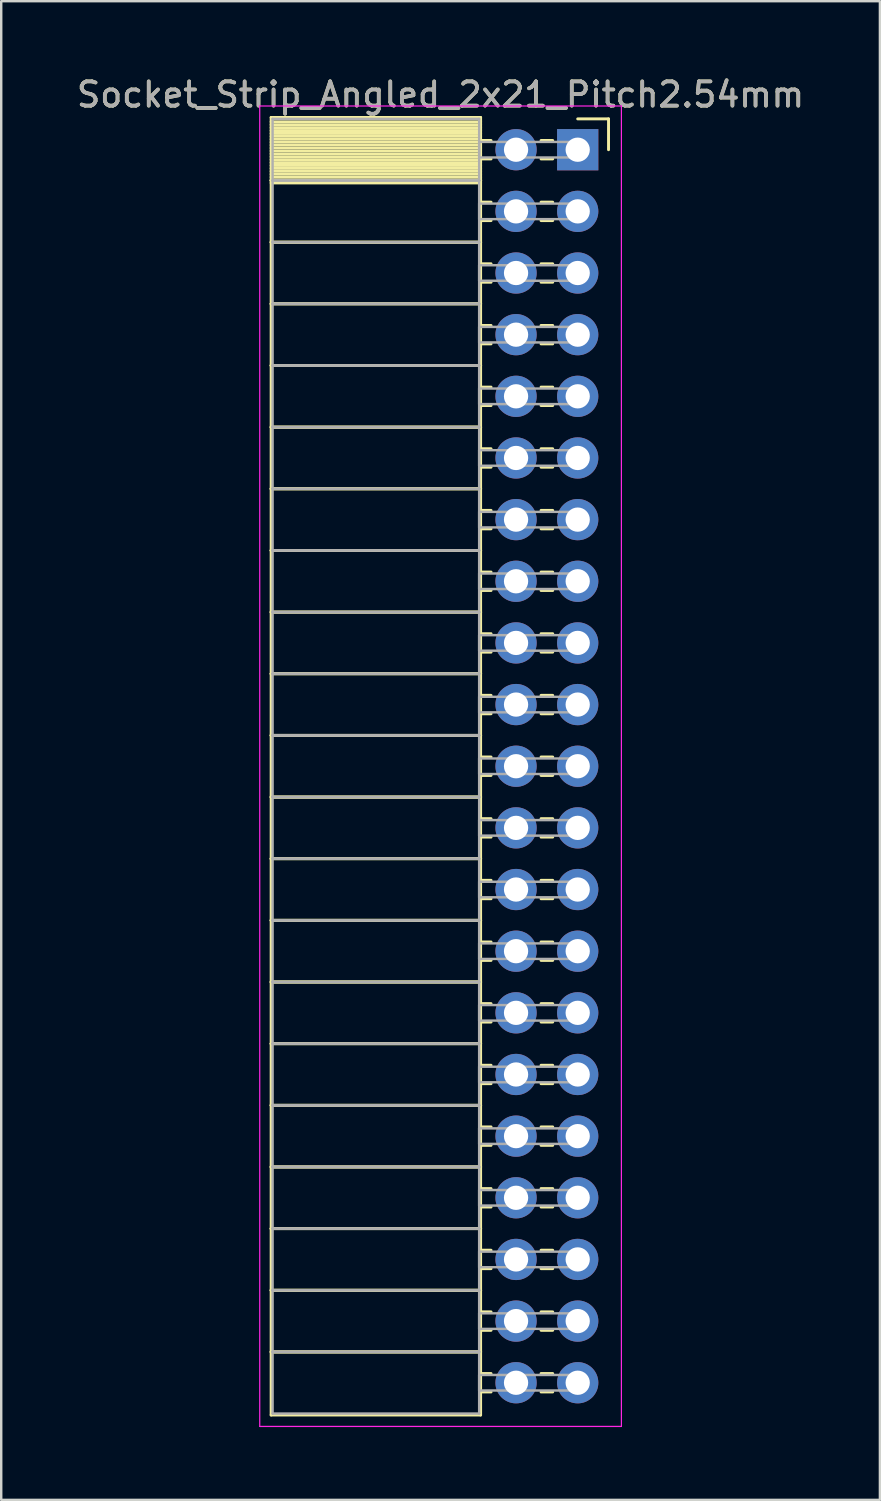
<source format=kicad_pcb>
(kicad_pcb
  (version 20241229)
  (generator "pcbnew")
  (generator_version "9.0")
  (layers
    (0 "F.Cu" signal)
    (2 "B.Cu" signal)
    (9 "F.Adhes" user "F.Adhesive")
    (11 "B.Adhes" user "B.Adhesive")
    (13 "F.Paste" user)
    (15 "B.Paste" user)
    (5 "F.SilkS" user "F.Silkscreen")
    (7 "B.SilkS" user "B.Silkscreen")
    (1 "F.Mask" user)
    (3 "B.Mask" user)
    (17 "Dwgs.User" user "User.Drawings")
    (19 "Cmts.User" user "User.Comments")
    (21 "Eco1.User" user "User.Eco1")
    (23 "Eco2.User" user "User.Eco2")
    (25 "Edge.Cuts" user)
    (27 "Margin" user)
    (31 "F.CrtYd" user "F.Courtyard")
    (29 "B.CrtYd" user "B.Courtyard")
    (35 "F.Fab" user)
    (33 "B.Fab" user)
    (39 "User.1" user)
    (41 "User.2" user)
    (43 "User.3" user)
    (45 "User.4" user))
  (footprint "Socket_Strip_Angled_2x21_Pitch2.54mm"
    (layer "F.Cu")
    (at 20.751 3.118)
    (property "Reference" "Socket_Strip_Angled_2x21_Pitch2.54mm" (at -5.65 -2.27 0) (layer "F.SilkS") (effects (font (size 1 1) (thickness 0.15))))
    (attr through_hole)
    (fp_line (start -12.63 -1.33) (end -4 -1.33) (stroke (width 0.12) (type solid)) (layer "F.SilkS"))
    (fp_line (start -12.63 1.27) (end -12.63 -1.33) (stroke (width 0.12) (type solid)) (layer "F.SilkS"))
    (fp_line (start -12.63 1.27) (end -4 1.27) (stroke (width 0.12) (type solid)) (layer "F.SilkS"))
    (fp_line (start -12.63 3.81) (end -12.63 1.27) (stroke (width 0.12) (type solid)) (layer "F.SilkS"))
    (fp_line (start -12.63 3.81) (end -4 3.81) (stroke (width 0.12) (type solid)) (layer "F.SilkS"))
    (fp_line (start -12.63 6.35) (end -12.63 3.81) (stroke (width 0.12) (type solid)) (layer "F.SilkS"))
    (fp_line (start -12.63 6.35) (end -4 6.35) (stroke (width 0.12) (type solid)) (layer "F.SilkS"))
    (fp_line (start -12.63 8.89) (end -12.63 6.35) (stroke (width 0.12) (type solid)) (layer "F.SilkS"))
    (fp_line (start -12.63 8.89) (end -4 8.89) (stroke (width 0.12) (type solid)) (layer "F.SilkS"))
    (fp_line (start -12.63 11.43) (end -12.63 8.89) (stroke (width 0.12) (type solid)) (layer "F.SilkS"))
    (fp_line (start -12.63 11.43) (end -4 11.43) (stroke (width 0.12) (type solid)) (layer "F.SilkS"))
    (fp_line (start -12.63 13.97) (end -12.63 11.43) (stroke (width 0.12) (type solid)) (layer "F.SilkS"))
    (fp_line (start -12.63 13.97) (end -4 13.97) (stroke (width 0.12) (type solid)) (layer "F.SilkS"))
    (fp_line (start -12.63 16.51) (end -12.63 13.97) (stroke (width 0.12) (type solid)) (layer "F.SilkS"))
    (fp_line (start -12.63 16.51) (end -4 16.51) (stroke (width 0.12) (type solid)) (layer "F.SilkS"))
    (fp_line (start -12.63 19.05) (end -12.63 16.51) (stroke (width 0.12) (type solid)) (layer "F.SilkS"))
    (fp_line (start -12.63 19.05) (end -4 19.05) (stroke (width 0.12) (type solid)) (layer "F.SilkS"))
    (fp_line (start -12.63 21.59) (end -12.63 19.05) (stroke (width 0.12) (type solid)) (layer "F.SilkS"))
    (fp_line (start -12.63 21.59) (end -4 21.59) (stroke (width 0.12) (type solid)) (layer "F.SilkS"))
    (fp_line (start -12.63 24.13) (end -12.63 21.59) (stroke (width 0.12) (type solid)) (layer "F.SilkS"))
    (fp_line (start -12.63 24.13) (end -4 24.13) (stroke (width 0.12) (type solid)) (layer "F.SilkS"))
    (fp_line (start -12.63 26.67) (end -12.63 24.13) (stroke (width 0.12) (type solid)) (layer "F.SilkS"))
    (fp_line (start -12.63 26.67) (end -4 26.67) (stroke (width 0.12) (type solid)) (layer "F.SilkS"))
    (fp_line (start -12.63 29.21) (end -12.63 26.67) (stroke (width 0.12) (type solid)) (layer "F.SilkS"))
    (fp_line (start -12.63 29.21) (end -4 29.21) (stroke (width 0.12) (type solid)) (layer "F.SilkS"))
    (fp_line (start -12.63 31.75) (end -12.63 29.21) (stroke (width 0.12) (type solid)) (layer "F.SilkS"))
    (fp_line (start -12.63 31.75) (end -4 31.75) (stroke (width 0.12) (type solid)) (layer "F.SilkS"))
    (fp_line (start -12.63 34.29) (end -12.63 31.75) (stroke (width 0.12) (type solid)) (layer "F.SilkS"))
    (fp_line (start -12.63 34.29) (end -4 34.29) (stroke (width 0.12) (type solid)) (layer "F.SilkS"))
    (fp_line (start -12.63 36.83) (end -12.63 34.29) (stroke (width 0.12) (type solid)) (layer "F.SilkS"))
    (fp_line (start -12.63 36.83) (end -4 36.83) (stroke (width 0.12) (type solid)) (layer "F.SilkS"))
    (fp_line (start -12.63 39.37) (end -12.63 36.83) (stroke (width 0.12) (type solid)) (layer "F.SilkS"))
    (fp_line (start -12.63 39.37) (end -4 39.37) (stroke (width 0.12) (type solid)) (layer "F.SilkS"))
    (fp_line (start -12.63 41.91) (end -12.63 39.37) (stroke (width 0.12) (type solid)) (layer "F.SilkS"))
    (fp_line (start -12.63 41.91) (end -4 41.91) (stroke (width 0.12) (type solid)) (layer "F.SilkS"))
    (fp_line (start -12.63 44.45) (end -12.63 41.91) (stroke (width 0.12) (type solid)) (layer "F.SilkS"))
    (fp_line (start -12.63 44.45) (end -4 44.45) (stroke (width 0.12) (type solid)) (layer "F.SilkS"))
    (fp_line (start -12.63 46.99) (end -12.63 44.45) (stroke (width 0.12) (type solid)) (layer "F.SilkS"))
    (fp_line (start -12.63 46.99) (end -4 46.99) (stroke (width 0.12) (type solid)) (layer "F.SilkS"))
    (fp_line (start -12.63 49.53) (end -12.63 46.99) (stroke (width 0.12) (type solid)) (layer "F.SilkS"))
    (fp_line (start -12.63 49.53) (end -4 49.53) (stroke (width 0.12) (type solid)) (layer "F.SilkS"))
    (fp_line (start -12.63 52.13) (end -12.63 49.53) (stroke (width 0.12) (type solid)) (layer "F.SilkS"))
    (fp_line (start -4 -1.33) (end -4 1.27) (stroke (width 0.12) (type solid)) (layer "F.SilkS"))
    (fp_line (start -4 -1.15) (end -12.63 -1.15) (stroke (width 0.12) (type solid)) (layer "F.SilkS"))
    (fp_line (start -4 -1.03) (end -12.63 -1.03) (stroke (width 0.12) (type solid)) (layer "F.SilkS"))
    (fp_line (start -4 -0.91) (end -12.63 -0.91) (stroke (width 0.12) (type solid)) (layer "F.SilkS"))
    (fp_line (start -4 -0.79) (end -12.63 -0.79) (stroke (width 0.12) (type solid)) (layer "F.SilkS"))
    (fp_line (start -4 -0.67) (end -12.63 -0.67) (stroke (width 0.12) (type solid)) (layer "F.SilkS"))
    (fp_line (start -4 -0.55) (end -12.63 -0.55) (stroke (width 0.12) (type solid)) (layer "F.SilkS"))
    (fp_line (start -4 -0.43) (end -12.63 -0.43) (stroke (width 0.12) (type solid)) (layer "F.SilkS"))
    (fp_line (start -4 -0.31) (end -12.63 -0.31) (stroke (width 0.12) (type solid)) (layer "F.SilkS"))
    (fp_line (start -4 -0.19) (end -12.63 -0.19) (stroke (width 0.12) (type solid)) (layer "F.SilkS"))
    (fp_line (start -4 -0.07) (end -12.63 -0.07) (stroke (width 0.12) (type solid)) (layer "F.SilkS"))
    (fp_line (start -4 0.05) (end -12.63 0.05) (stroke (width 0.12) (type solid)) (layer "F.SilkS"))
    (fp_line (start -4 0.17) (end -12.63 0.17) (stroke (width 0.12) (type solid)) (layer "F.SilkS"))
    (fp_line (start -4 0.29) (end -12.63 0.29) (stroke (width 0.12) (type solid)) (layer "F.SilkS"))
    (fp_line (start -4 0.41) (end -12.63 0.41) (stroke (width 0.12) (type solid)) (layer "F.SilkS"))
    (fp_line (start -4 0.53) (end -12.63 0.53) (stroke (width 0.12) (type solid)) (layer "F.SilkS"))
    (fp_line (start -4 0.65) (end -12.63 0.65) (stroke (width 0.12) (type solid)) (layer "F.SilkS"))
    (fp_line (start -4 0.77) (end -12.63 0.77) (stroke (width 0.12) (type solid)) (layer "F.SilkS"))
    (fp_line (start -4 0.89) (end -12.63 0.89) (stroke (width 0.12) (type solid)) (layer "F.SilkS"))
    (fp_line (start -4 1.01) (end -12.63 1.01) (stroke (width 0.12) (type solid)) (layer "F.SilkS"))
    (fp_line (start -4 1.13) (end -12.63 1.13) (stroke (width 0.12) (type solid)) (layer "F.SilkS"))
    (fp_line (start -4 1.25) (end -12.63 1.25) (stroke (width 0.12) (type solid)) (layer "F.SilkS"))
    (fp_line (start -4 1.27) (end -12.63 1.27) (stroke (width 0.12) (type solid)) (layer "F.SilkS"))
    (fp_line (start -4 1.27) (end -4 3.81) (stroke (width 0.12) (type solid)) (layer "F.SilkS"))
    (fp_line (start -4 1.37) (end -12.63 1.37) (stroke (width 0.12) (type solid)) (layer "F.SilkS"))
    (fp_line (start -4 3.81) (end -12.63 3.81) (stroke (width 0.12) (type solid)) (layer "F.SilkS"))
    (fp_line (start -4 3.81) (end -4 6.35) (stroke (width 0.12) (type solid)) (layer "F.SilkS"))
    (fp_line (start -4 6.35) (end -12.63 6.35) (stroke (width 0.12) (type solid)) (layer "F.SilkS"))
    (fp_line (start -4 6.35) (end -4 8.89) (stroke (width 0.12) (type solid)) (layer "F.SilkS"))
    (fp_line (start -4 8.89) (end -12.63 8.89) (stroke (width 0.12) (type solid)) (layer "F.SilkS"))
    (fp_line (start -4 8.89) (end -4 11.43) (stroke (width 0.12) (type solid)) (layer "F.SilkS"))
    (fp_line (start -4 11.43) (end -12.63 11.43) (stroke (width 0.12) (type solid)) (layer "F.SilkS"))
    (fp_line (start -4 11.43) (end -4 13.97) (stroke (width 0.12) (type solid)) (layer "F.SilkS"))
    (fp_line (start -4 13.97) (end -12.63 13.97) (stroke (width 0.12) (type solid)) (layer "F.SilkS"))
    (fp_line (start -4 13.97) (end -4 16.51) (stroke (width 0.12) (type solid)) (layer "F.SilkS"))
    (fp_line (start -4 16.51) (end -12.63 16.51) (stroke (width 0.12) (type solid)) (layer "F.SilkS"))
    (fp_line (start -4 16.51) (end -4 19.05) (stroke (width 0.12) (type solid)) (layer "F.SilkS"))
    (fp_line (start -4 19.05) (end -12.63 19.05) (stroke (width 0.12) (type solid)) (layer "F.SilkS"))
    (fp_line (start -4 19.05) (end -4 21.59) (stroke (width 0.12) (type solid)) (layer "F.SilkS"))
    (fp_line (start -4 21.59) (end -12.63 21.59) (stroke (width 0.12) (type solid)) (layer "F.SilkS"))
    (fp_line (start -4 21.59) (end -4 24.13) (stroke (width 0.12) (type solid)) (layer "F.SilkS"))
    (fp_line (start -4 24.13) (end -12.63 24.13) (stroke (width 0.12) (type solid)) (layer "F.SilkS"))
    (fp_line (start -4 24.13) (end -4 26.67) (stroke (width 0.12) (type solid)) (layer "F.SilkS"))
    (fp_line (start -4 26.67) (end -12.63 26.67) (stroke (width 0.12) (type solid)) (layer "F.SilkS"))
    (fp_line (start -4 26.67) (end -4 29.21) (stroke (width 0.12) (type solid)) (layer "F.SilkS"))
    (fp_line (start -4 29.21) (end -12.63 29.21) (stroke (width 0.12) (type solid)) (layer "F.SilkS"))
    (fp_line (start -4 29.21) (end -4 31.75) (stroke (width 0.12) (type solid)) (layer "F.SilkS"))
    (fp_line (start -4 31.75) (end -12.63 31.75) (stroke (width 0.12) (type solid)) (layer "F.SilkS"))
    (fp_line (start -4 31.75) (end -4 34.29) (stroke (width 0.12) (type solid)) (layer "F.SilkS"))
    (fp_line (start -4 34.29) (end -12.63 34.29) (stroke (width 0.12) (type solid)) (layer "F.SilkS"))
    (fp_line (start -4 34.29) (end -4 36.83) (stroke (width 0.12) (type solid)) (layer "F.SilkS"))
    (fp_line (start -4 36.83) (end -12.63 36.83) (stroke (width 0.12) (type solid)) (layer "F.SilkS"))
    (fp_line (start -4 36.83) (end -4 39.37) (stroke (width 0.12) (type solid)) (layer "F.SilkS"))
    (fp_line (start -4 39.37) (end -12.63 39.37) (stroke (width 0.12) (type solid)) (layer "F.SilkS"))
    (fp_line (start -4 39.37) (end -4 41.91) (stroke (width 0.12) (type solid)) (layer "F.SilkS"))
    (fp_line (start -4 41.91) (end -12.63 41.91) (stroke (width 0.12) (type solid)) (layer "F.SilkS"))
    (fp_line (start -4 41.91) (end -4 44.45) (stroke (width 0.12) (type solid)) (layer "F.SilkS"))
    (fp_line (start -4 44.45) (end -12.63 44.45) (stroke (width 0.12) (type solid)) (layer "F.SilkS"))
    (fp_line (start -4 44.45) (end -4 46.99) (stroke (width 0.12) (type solid)) (layer "F.SilkS"))
    (fp_line (start -4 46.99) (end -12.63 46.99) (stroke (width 0.12) (type solid)) (layer "F.SilkS"))
    (fp_line (start -4 46.99) (end -4 49.53) (stroke (width 0.12) (type solid)) (layer "F.SilkS"))
    (fp_line (start -4 49.53) (end -12.63 49.53) (stroke (width 0.12) (type solid)) (layer "F.SilkS"))
    (fp_line (start -4 49.53) (end -4 52.13) (stroke (width 0.12) (type solid)) (layer "F.SilkS"))
    (fp_line (start -4 52.13) (end -12.63 52.13) (stroke (width 0.12) (type solid)) (layer "F.SilkS"))
    (fp_line (start -3.57 -0.38) (end -4 -0.38) (stroke (width 0.12) (type solid)) (layer "F.SilkS"))
    (fp_line (start -3.57 0.38) (end -4 0.38) (stroke (width 0.12) (type solid)) (layer "F.SilkS"))
    (fp_line (start -3.57 2.16) (end -4 2.16) (stroke (width 0.12) (type solid)) (layer "F.SilkS"))
    (fp_line (start -3.57 2.92) (end -4 2.92) (stroke (width 0.12) (type solid)) (layer "F.SilkS"))
    (fp_line (start -3.57 4.7) (end -4 4.7) (stroke (width 0.12) (type solid)) (layer "F.SilkS"))
    (fp_line (start -3.57 5.46) (end -4 5.46) (stroke (width 0.12) (type solid)) (layer "F.SilkS"))
    (fp_line (start -3.57 7.24) (end -4 7.24) (stroke (width 0.12) (type solid)) (layer "F.SilkS"))
    (fp_line (start -3.57 8) (end -4 8) (stroke (width 0.12) (type solid)) (layer "F.SilkS"))
    (fp_line (start -3.57 9.78) (end -4 9.78) (stroke (width 0.12) (type solid)) (layer "F.SilkS"))
    (fp_line (start -3.57 10.54) (end -4 10.54) (stroke (width 0.12) (type solid)) (layer "F.SilkS"))
    (fp_line (start -3.57 12.32) (end -4 12.32) (stroke (width 0.12) (type solid)) (layer "F.SilkS"))
    (fp_line (start -3.57 13.08) (end -4 13.08) (stroke (width 0.12) (type solid)) (layer "F.SilkS"))
    (fp_line (start -3.57 14.86) (end -4 14.86) (stroke (width 0.12) (type solid)) (layer "F.SilkS"))
    (fp_line (start -3.57 15.62) (end -4 15.62) (stroke (width 0.12) (type solid)) (layer "F.SilkS"))
    (fp_line (start -3.57 17.4) (end -4 17.4) (stroke (width 0.12) (type solid)) (layer "F.SilkS"))
    (fp_line (start -3.57 18.16) (end -4 18.16) (stroke (width 0.12) (type solid)) (layer "F.SilkS"))
    (fp_line (start -3.57 19.94) (end -4 19.94) (stroke (width 0.12) (type solid)) (layer "F.SilkS"))
    (fp_line (start -3.57 20.7) (end -4 20.7) (stroke (width 0.12) (type solid)) (layer "F.SilkS"))
    (fp_line (start -3.57 22.48) (end -4 22.48) (stroke (width 0.12) (type solid)) (layer "F.SilkS"))
    (fp_line (start -3.57 23.24) (end -4 23.24) (stroke (width 0.12) (type solid)) (layer "F.SilkS"))
    (fp_line (start -3.57 25.02) (end -4 25.02) (stroke (width 0.12) (type solid)) (layer "F.SilkS"))
    (fp_line (start -3.57 25.78) (end -4 25.78) (stroke (width 0.12) (type solid)) (layer "F.SilkS"))
    (fp_line (start -3.57 27.56) (end -4 27.56) (stroke (width 0.12) (type solid)) (layer "F.SilkS"))
    (fp_line (start -3.57 28.32) (end -4 28.32) (stroke (width 0.12) (type solid)) (layer "F.SilkS"))
    (fp_line (start -3.57 30.1) (end -4 30.1) (stroke (width 0.12) (type solid)) (layer "F.SilkS"))
    (fp_line (start -3.57 30.86) (end -4 30.86) (stroke (width 0.12) (type solid)) (layer "F.SilkS"))
    (fp_line (start -3.57 32.64) (end -4 32.64) (stroke (width 0.12) (type solid)) (layer "F.SilkS"))
    (fp_line (start -3.57 33.4) (end -4 33.4) (stroke (width 0.12) (type solid)) (layer "F.SilkS"))
    (fp_line (start -3.57 35.18) (end -4 35.18) (stroke (width 0.12) (type solid)) (layer "F.SilkS"))
    (fp_line (start -3.57 35.94) (end -4 35.94) (stroke (width 0.12) (type solid)) (layer "F.SilkS"))
    (fp_line (start -3.57 37.72) (end -4 37.72) (stroke (width 0.12) (type solid)) (layer "F.SilkS"))
    (fp_line (start -3.57 38.48) (end -4 38.48) (stroke (width 0.12) (type solid)) (layer "F.SilkS"))
    (fp_line (start -3.57 40.26) (end -4 40.26) (stroke (width 0.12) (type solid)) (layer "F.SilkS"))
    (fp_line (start -3.57 41.02) (end -4 41.02) (stroke (width 0.12) (type solid)) (layer "F.SilkS"))
    (fp_line (start -3.57 42.8) (end -4 42.8) (stroke (width 0.12) (type solid)) (layer "F.SilkS"))
    (fp_line (start -3.57 43.56) (end -4 43.56) (stroke (width 0.12) (type solid)) (layer "F.SilkS"))
    (fp_line (start -3.57 45.34) (end -4 45.34) (stroke (width 0.12) (type solid)) (layer "F.SilkS"))
    (fp_line (start -3.57 46.1) (end -4 46.1) (stroke (width 0.12) (type solid)) (layer "F.SilkS"))
    (fp_line (start -3.57 47.88) (end -4 47.88) (stroke (width 0.12) (type solid)) (layer "F.SilkS"))
    (fp_line (start -3.57 48.64) (end -4 48.64) (stroke (width 0.12) (type solid)) (layer "F.SilkS"))
    (fp_line (start -3.57 50.42) (end -4 50.42) (stroke (width 0.12) (type solid)) (layer "F.SilkS"))
    (fp_line (start -3.57 51.18) (end -4 51.18) (stroke (width 0.12) (type solid)) (layer "F.SilkS"))
    (fp_line (start -1.03 -0.38) (end -1.51 -0.38) (stroke (width 0.12) (type solid)) (layer "F.SilkS"))
    (fp_line (start -1.03 0.38) (end -1.51 0.38) (stroke (width 0.12) (type solid)) (layer "F.SilkS"))
    (fp_line (start -1.03 2.16) (end -1.51 2.16) (stroke (width 0.12) (type solid)) (layer "F.SilkS"))
    (fp_line (start -1.03 2.92) (end -1.51 2.92) (stroke (width 0.12) (type solid)) (layer "F.SilkS"))
    (fp_line (start -1.03 4.7) (end -1.51 4.7) (stroke (width 0.12) (type solid)) (layer "F.SilkS"))
    (fp_line (start -1.03 5.46) (end -1.51 5.46) (stroke (width 0.12) (type solid)) (layer "F.SilkS"))
    (fp_line (start -1.03 7.24) (end -1.51 7.24) (stroke (width 0.12) (type solid)) (layer "F.SilkS"))
    (fp_line (start -1.03 8) (end -1.51 8) (stroke (width 0.12) (type solid)) (layer "F.SilkS"))
    (fp_line (start -1.03 9.78) (end -1.51 9.78) (stroke (width 0.12) (type solid)) (layer "F.SilkS"))
    (fp_line (start -1.03 10.54) (end -1.51 10.54) (stroke (width 0.12) (type solid)) (layer "F.SilkS"))
    (fp_line (start -1.03 12.32) (end -1.51 12.32) (stroke (width 0.12) (type solid)) (layer "F.SilkS"))
    (fp_line (start -1.03 13.08) (end -1.51 13.08) (stroke (width 0.12) (type solid)) (layer "F.SilkS"))
    (fp_line (start -1.03 14.86) (end -1.51 14.86) (stroke (width 0.12) (type solid)) (layer "F.SilkS"))
    (fp_line (start -1.03 15.62) (end -1.51 15.62) (stroke (width 0.12) (type solid)) (layer "F.SilkS"))
    (fp_line (start -1.03 17.4) (end -1.51 17.4) (stroke (width 0.12) (type solid)) (layer "F.SilkS"))
    (fp_line (start -1.03 18.16) (end -1.51 18.16) (stroke (width 0.12) (type solid)) (layer "F.SilkS"))
    (fp_line (start -1.03 19.94) (end -1.51 19.94) (stroke (width 0.12) (type solid)) (layer "F.SilkS"))
    (fp_line (start -1.03 20.7) (end -1.51 20.7) (stroke (width 0.12) (type solid)) (layer "F.SilkS"))
    (fp_line (start -1.03 22.48) (end -1.51 22.48) (stroke (width 0.12) (type solid)) (layer "F.SilkS"))
    (fp_line (start -1.03 23.24) (end -1.51 23.24) (stroke (width 0.12) (type solid)) (layer "F.SilkS"))
    (fp_line (start -1.03 25.02) (end -1.51 25.02) (stroke (width 0.12) (type solid)) (layer "F.SilkS"))
    (fp_line (start -1.03 25.78) (end -1.51 25.78) (stroke (width 0.12) (type solid)) (layer "F.SilkS"))
    (fp_line (start -1.03 27.56) (end -1.51 27.56) (stroke (width 0.12) (type solid)) (layer "F.SilkS"))
    (fp_line (start -1.03 28.32) (end -1.51 28.32) (stroke (width 0.12) (type solid)) (layer "F.SilkS"))
    (fp_line (start -1.03 30.1) (end -1.51 30.1) (stroke (width 0.12) (type solid)) (layer "F.SilkS"))
    (fp_line (start -1.03 30.86) (end -1.51 30.86) (stroke (width 0.12) (type solid)) (layer "F.SilkS"))
    (fp_line (start -1.03 32.64) (end -1.51 32.64) (stroke (width 0.12) (type solid)) (layer "F.SilkS"))
    (fp_line (start -1.03 33.4) (end -1.51 33.4) (stroke (width 0.12) (type solid)) (layer "F.SilkS"))
    (fp_line (start -1.03 35.18) (end -1.51 35.18) (stroke (width 0.12) (type solid)) (layer "F.SilkS"))
    (fp_line (start -1.03 35.94) (end -1.51 35.94) (stroke (width 0.12) (type solid)) (layer "F.SilkS"))
    (fp_line (start -1.03 37.72) (end -1.51 37.72) (stroke (width 0.12) (type solid)) (layer "F.SilkS"))
    (fp_line (start -1.03 38.48) (end -1.51 38.48) (stroke (width 0.12) (type solid)) (layer "F.SilkS"))
    (fp_line (start -1.03 40.26) (end -1.51 40.26) (stroke (width 0.12) (type solid)) (layer "F.SilkS"))
    (fp_line (start -1.03 41.02) (end -1.51 41.02) (stroke (width 0.12) (type solid)) (layer "F.SilkS"))
    (fp_line (start -1.03 42.8) (end -1.51 42.8) (stroke (width 0.12) (type solid)) (layer "F.SilkS"))
    (fp_line (start -1.03 43.56) (end -1.51 43.56) (stroke (width 0.12) (type solid)) (layer "F.SilkS"))
    (fp_line (start -1.03 45.34) (end -1.51 45.34) (stroke (width 0.12) (type solid)) (layer "F.SilkS"))
    (fp_line (start -1.03 46.1) (end -1.51 46.1) (stroke (width 0.12) (type solid)) (layer "F.SilkS"))
    (fp_line (start -1.03 47.88) (end -1.51 47.88) (stroke (width 0.12) (type solid)) (layer "F.SilkS"))
    (fp_line (start -1.03 48.64) (end -1.51 48.64) (stroke (width 0.12) (type solid)) (layer "F.SilkS"))
    (fp_line (start -1.03 50.42) (end -1.51 50.42) (stroke (width 0.12) (type solid)) (layer "F.SilkS"))
    (fp_line (start -1.03 51.18) (end -1.51 51.18) (stroke (width 0.12) (type solid)) (layer "F.SilkS"))
    (fp_line (start 0 -1.27) (end 1.27 -1.27) (stroke (width 0.12) (type solid)) (layer "F.SilkS"))
    (fp_line (start 1.27 -1.27) (end 1.27 0) (stroke (width 0.12) (type solid)) (layer "F.SilkS"))
    (fp_line (start -13.1 -1.8) (end 1.8 -1.8) (stroke (width 0.05) (type solid)) (layer "F.CrtYd"))
    (fp_line (start -13.1 52.6) (end -13.1 -1.8) (stroke (width 0.05) (type solid)) (layer "F.CrtYd"))
    (fp_line (start 1.8 -1.8) (end 1.8 52.6) (stroke (width 0.05) (type solid)) (layer "F.CrtYd"))
    (fp_line (start 1.8 52.6) (end -13.1 52.6) (stroke (width 0.05) (type solid)) (layer "F.CrtYd"))
    (fp_line (start -12.57 -1.27) (end -4.06 -1.27) (stroke (width 0.1) (type solid)) (layer "F.Fab"))
    (fp_line (start -12.57 1.27) (end -12.57 -1.27) (stroke (width 0.1) (type solid)) (layer "F.Fab"))
    (fp_line (start -12.57 1.27) (end -4.06 1.27) (stroke (width 0.1) (type solid)) (layer "F.Fab"))
    (fp_line (start -12.57 3.81) (end -12.57 1.27) (stroke (width 0.1) (type solid)) (layer "F.Fab"))
    (fp_line (start -12.57 3.81) (end -4.06 3.81) (stroke (width 0.1) (type solid)) (layer "F.Fab"))
    (fp_line (start -12.57 6.35) (end -12.57 3.81) (stroke (width 0.1) (type solid)) (layer "F.Fab"))
    (fp_line (start -12.57 6.35) (end -4.06 6.35) (stroke (width 0.1) (type solid)) (layer "F.Fab"))
    (fp_line (start -12.57 8.89) (end -12.57 6.35) (stroke (width 0.1) (type solid)) (layer "F.Fab"))
    (fp_line (start -12.57 8.89) (end -4.06 8.89) (stroke (width 0.1) (type solid)) (layer "F.Fab"))
    (fp_line (start -12.57 11.43) (end -12.57 8.89) (stroke (width 0.1) (type solid)) (layer "F.Fab"))
    (fp_line (start -12.57 11.43) (end -4.06 11.43) (stroke (width 0.1) (type solid)) (layer "F.Fab"))
    (fp_line (start -12.57 13.97) (end -12.57 11.43) (stroke (width 0.1) (type solid)) (layer "F.Fab"))
    (fp_line (start -12.57 13.97) (end -4.06 13.97) (stroke (width 0.1) (type solid)) (layer "F.Fab"))
    (fp_line (start -12.57 16.51) (end -12.57 13.97) (stroke (width 0.1) (type solid)) (layer "F.Fab"))
    (fp_line (start -12.57 16.51) (end -4.06 16.51) (stroke (width 0.1) (type solid)) (layer "F.Fab"))
    (fp_line (start -12.57 19.05) (end -12.57 16.51) (stroke (width 0.1) (type solid)) (layer "F.Fab"))
    (fp_line (start -12.57 19.05) (end -4.06 19.05) (stroke (width 0.1) (type solid)) (layer "F.Fab"))
    (fp_line (start -12.57 21.59) (end -12.57 19.05) (stroke (width 0.1) (type solid)) (layer "F.Fab"))
    (fp_line (start -12.57 21.59) (end -4.06 21.59) (stroke (width 0.1) (type solid)) (layer "F.Fab"))
    (fp_line (start -12.57 24.13) (end -12.57 21.59) (stroke (width 0.1) (type solid)) (layer "F.Fab"))
    (fp_line (start -12.57 24.13) (end -4.06 24.13) (stroke (width 0.1) (type solid)) (layer "F.Fab"))
    (fp_line (start -12.57 26.67) (end -12.57 24.13) (stroke (width 0.1) (type solid)) (layer "F.Fab"))
    (fp_line (start -12.57 26.67) (end -4.06 26.67) (stroke (width 0.1) (type solid)) (layer "F.Fab"))
    (fp_line (start -12.57 29.21) (end -12.57 26.67) (stroke (width 0.1) (type solid)) (layer "F.Fab"))
    (fp_line (start -12.57 29.21) (end -4.06 29.21) (stroke (width 0.1) (type solid)) (layer "F.Fab"))
    (fp_line (start -12.57 31.75) (end -12.57 29.21) (stroke (width 0.1) (type solid)) (layer "F.Fab"))
    (fp_line (start -12.57 31.75) (end -4.06 31.75) (stroke (width 0.1) (type solid)) (layer "F.Fab"))
    (fp_line (start -12.57 34.29) (end -12.57 31.75) (stroke (width 0.1) (type solid)) (layer "F.Fab"))
    (fp_line (start -12.57 34.29) (end -4.06 34.29) (stroke (width 0.1) (type solid)) (layer "F.Fab"))
    (fp_line (start -12.57 36.83) (end -12.57 34.29) (stroke (width 0.1) (type solid)) (layer "F.Fab"))
    (fp_line (start -12.57 36.83) (end -4.06 36.83) (stroke (width 0.1) (type solid)) (layer "F.Fab"))
    (fp_line (start -12.57 39.37) (end -12.57 36.83) (stroke (width 0.1) (type solid)) (layer "F.Fab"))
    (fp_line (start -12.57 39.37) (end -4.06 39.37) (stroke (width 0.1) (type solid)) (layer "F.Fab"))
    (fp_line (start -12.57 41.91) (end -12.57 39.37) (stroke (width 0.1) (type solid)) (layer "F.Fab"))
    (fp_line (start -12.57 41.91) (end -4.06 41.91) (stroke (width 0.1) (type solid)) (layer "F.Fab"))
    (fp_line (start -12.57 44.45) (end -12.57 41.91) (stroke (width 0.1) (type solid)) (layer "F.Fab"))
    (fp_line (start -12.57 44.45) (end -4.06 44.45) (stroke (width 0.1) (type solid)) (layer "F.Fab"))
    (fp_line (start -12.57 46.99) (end -12.57 44.45) (stroke (width 0.1) (type solid)) (layer "F.Fab"))
    (fp_line (start -12.57 46.99) (end -4.06 46.99) (stroke (width 0.1) (type solid)) (layer "F.Fab"))
    (fp_line (start -12.57 49.53) (end -12.57 46.99) (stroke (width 0.1) (type solid)) (layer "F.Fab"))
    (fp_line (start -12.57 49.53) (end -4.06 49.53) (stroke (width 0.1) (type solid)) (layer "F.Fab"))
    (fp_line (start -12.57 52.07) (end -12.57 49.53) (stroke (width 0.1) (type solid)) (layer "F.Fab"))
    (fp_line (start -4.06 -1.27) (end -4.06 1.27) (stroke (width 0.1) (type solid)) (layer "F.Fab"))
    (fp_line (start -4.06 -0.32) (end 0 -0.32) (stroke (width 0.1) (type solid)) (layer "F.Fab"))
    (fp_line (start -4.06 0.32) (end -4.06 -0.32) (stroke (width 0.1) (type solid)) (layer "F.Fab"))
    (fp_line (start -4.06 1.27) (end -12.57 1.27) (stroke (width 0.1) (type solid)) (layer "F.Fab"))
    (fp_line (start -4.06 1.27) (end -4.06 3.81) (stroke (width 0.1) (type solid)) (layer "F.Fab"))
    (fp_line (start -4.06 2.22) (end 0 2.22) (stroke (width 0.1) (type solid)) (layer "F.Fab"))
    (fp_line (start -4.06 2.86) (end -4.06 2.22) (stroke (width 0.1) (type solid)) (layer "F.Fab"))
    (fp_line (start -4.06 3.81) (end -12.57 3.81) (stroke (width 0.1) (type solid)) (layer "F.Fab"))
    (fp_line (start -4.06 3.81) (end -4.06 6.35) (stroke (width 0.1) (type solid)) (layer "F.Fab"))
    (fp_line (start -4.06 4.76) (end 0 4.76) (stroke (width 0.1) (type solid)) (layer "F.Fab"))
    (fp_line (start -4.06 5.4) (end -4.06 4.76) (stroke (width 0.1) (type solid)) (layer "F.Fab"))
    (fp_line (start -4.06 6.35) (end -12.57 6.35) (stroke (width 0.1) (type solid)) (layer "F.Fab"))
    (fp_line (start -4.06 6.35) (end -4.06 8.89) (stroke (width 0.1) (type solid)) (layer "F.Fab"))
    (fp_line (start -4.06 7.3) (end 0 7.3) (stroke (width 0.1) (type solid)) (layer "F.Fab"))
    (fp_line (start -4.06 7.94) (end -4.06 7.3) (stroke (width 0.1) (type solid)) (layer "F.Fab"))
    (fp_line (start -4.06 8.89) (end -12.57 8.89) (stroke (width 0.1) (type solid)) (layer "F.Fab"))
    (fp_line (start -4.06 8.89) (end -4.06 11.43) (stroke (width 0.1) (type solid)) (layer "F.Fab"))
    (fp_line (start -4.06 9.84) (end 0 9.84) (stroke (width 0.1) (type solid)) (layer "F.Fab"))
    (fp_line (start -4.06 10.48) (end -4.06 9.84) (stroke (width 0.1) (type solid)) (layer "F.Fab"))
    (fp_line (start -4.06 11.43) (end -12.57 11.43) (stroke (width 0.1) (type solid)) (layer "F.Fab"))
    (fp_line (start -4.06 11.43) (end -4.06 13.97) (stroke (width 0.1) (type solid)) (layer "F.Fab"))
    (fp_line (start -4.06 12.38) (end 0 12.38) (stroke (width 0.1) (type solid)) (layer "F.Fab"))
    (fp_line (start -4.06 13.02) (end -4.06 12.38) (stroke (width 0.1) (type solid)) (layer "F.Fab"))
    (fp_line (start -4.06 13.97) (end -12.57 13.97) (stroke (width 0.1) (type solid)) (layer "F.Fab"))
    (fp_line (start -4.06 13.97) (end -4.06 16.51) (stroke (width 0.1) (type solid)) (layer "F.Fab"))
    (fp_line (start -4.06 14.92) (end 0 14.92) (stroke (width 0.1) (type solid)) (layer "F.Fab"))
    (fp_line (start -4.06 15.56) (end -4.06 14.92) (stroke (width 0.1) (type solid)) (layer "F.Fab"))
    (fp_line (start -4.06 16.51) (end -12.57 16.51) (stroke (width 0.1) (type solid)) (layer "F.Fab"))
    (fp_line (start -4.06 16.51) (end -4.06 19.05) (stroke (width 0.1) (type solid)) (layer "F.Fab"))
    (fp_line (start -4.06 17.46) (end 0 17.46) (stroke (width 0.1) (type solid)) (layer "F.Fab"))
    (fp_line (start -4.06 18.1) (end -4.06 17.46) (stroke (width 0.1) (type solid)) (layer "F.Fab"))
    (fp_line (start -4.06 19.05) (end -12.57 19.05) (stroke (width 0.1) (type solid)) (layer "F.Fab"))
    (fp_line (start -4.06 19.05) (end -4.06 21.59) (stroke (width 0.1) (type solid)) (layer "F.Fab"))
    (fp_line (start -4.06 20) (end 0 20) (stroke (width 0.1) (type solid)) (layer "F.Fab"))
    (fp_line (start -4.06 20.64) (end -4.06 20) (stroke (width 0.1) (type solid)) (layer "F.Fab"))
    (fp_line (start -4.06 21.59) (end -12.57 21.59) (stroke (width 0.1) (type solid)) (layer "F.Fab"))
    (fp_line (start -4.06 21.59) (end -4.06 24.13) (stroke (width 0.1) (type solid)) (layer "F.Fab"))
    (fp_line (start -4.06 22.54) (end 0 22.54) (stroke (width 0.1) (type solid)) (layer "F.Fab"))
    (fp_line (start -4.06 23.18) (end -4.06 22.54) (stroke (width 0.1) (type solid)) (layer "F.Fab"))
    (fp_line (start -4.06 24.13) (end -12.57 24.13) (stroke (width 0.1) (type solid)) (layer "F.Fab"))
    (fp_line (start -4.06 24.13) (end -4.06 26.67) (stroke (width 0.1) (type solid)) (layer "F.Fab"))
    (fp_line (start -4.06 25.08) (end 0 25.08) (stroke (width 0.1) (type solid)) (layer "F.Fab"))
    (fp_line (start -4.06 25.72) (end -4.06 25.08) (stroke (width 0.1) (type solid)) (layer "F.Fab"))
    (fp_line (start -4.06 26.67) (end -12.57 26.67) (stroke (width 0.1) (type solid)) (layer "F.Fab"))
    (fp_line (start -4.06 26.67) (end -4.06 29.21) (stroke (width 0.1) (type solid)) (layer "F.Fab"))
    (fp_line (start -4.06 27.62) (end 0 27.62) (stroke (width 0.1) (type solid)) (layer "F.Fab"))
    (fp_line (start -4.06 28.26) (end -4.06 27.62) (stroke (width 0.1) (type solid)) (layer "F.Fab"))
    (fp_line (start -4.06 29.21) (end -12.57 29.21) (stroke (width 0.1) (type solid)) (layer "F.Fab"))
    (fp_line (start -4.06 29.21) (end -4.06 31.75) (stroke (width 0.1) (type solid)) (layer "F.Fab"))
    (fp_line (start -4.06 30.16) (end 0 30.16) (stroke (width 0.1) (type solid)) (layer "F.Fab"))
    (fp_line (start -4.06 30.8) (end -4.06 30.16) (stroke (width 0.1) (type solid)) (layer "F.Fab"))
    (fp_line (start -4.06 31.75) (end -12.57 31.75) (stroke (width 0.1) (type solid)) (layer "F.Fab"))
    (fp_line (start -4.06 31.75) (end -4.06 34.29) (stroke (width 0.1) (type solid)) (layer "F.Fab"))
    (fp_line (start -4.06 32.7) (end 0 32.7) (stroke (width 0.1) (type solid)) (layer "F.Fab"))
    (fp_line (start -4.06 33.34) (end -4.06 32.7) (stroke (width 0.1) (type solid)) (layer "F.Fab"))
    (fp_line (start -4.06 34.29) (end -12.57 34.29) (stroke (width 0.1) (type solid)) (layer "F.Fab"))
    (fp_line (start -4.06 34.29) (end -4.06 36.83) (stroke (width 0.1) (type solid)) (layer "F.Fab"))
    (fp_line (start -4.06 35.24) (end 0 35.24) (stroke (width 0.1) (type solid)) (layer "F.Fab"))
    (fp_line (start -4.06 35.88) (end -4.06 35.24) (stroke (width 0.1) (type solid)) (layer "F.Fab"))
    (fp_line (start -4.06 36.83) (end -12.57 36.83) (stroke (width 0.1) (type solid)) (layer "F.Fab"))
    (fp_line (start -4.06 36.83) (end -4.06 39.37) (stroke (width 0.1) (type solid)) (layer "F.Fab"))
    (fp_line (start -4.06 37.78) (end 0 37.78) (stroke (width 0.1) (type solid)) (layer "F.Fab"))
    (fp_line (start -4.06 38.42) (end -4.06 37.78) (stroke (width 0.1) (type solid)) (layer "F.Fab"))
    (fp_line (start -4.06 39.37) (end -12.57 39.37) (stroke (width 0.1) (type solid)) (layer "F.Fab"))
    (fp_line (start -4.06 39.37) (end -4.06 41.91) (stroke (width 0.1) (type solid)) (layer "F.Fab"))
    (fp_line (start -4.06 40.32) (end 0 40.32) (stroke (width 0.1) (type solid)) (layer "F.Fab"))
    (fp_line (start -4.06 40.96) (end -4.06 40.32) (stroke (width 0.1) (type solid)) (layer "F.Fab"))
    (fp_line (start -4.06 41.91) (end -12.57 41.91) (stroke (width 0.1) (type solid)) (layer "F.Fab"))
    (fp_line (start -4.06 41.91) (end -4.06 44.45) (stroke (width 0.1) (type solid)) (layer "F.Fab"))
    (fp_line (start -4.06 42.86) (end 0 42.86) (stroke (width 0.1) (type solid)) (layer "F.Fab"))
    (fp_line (start -4.06 43.5) (end -4.06 42.86) (stroke (width 0.1) (type solid)) (layer "F.Fab"))
    (fp_line (start -4.06 44.45) (end -12.57 44.45) (stroke (width 0.1) (type solid)) (layer "F.Fab"))
    (fp_line (start -4.06 44.45) (end -4.06 46.99) (stroke (width 0.1) (type solid)) (layer "F.Fab"))
    (fp_line (start -4.06 45.4) (end 0 45.4) (stroke (width 0.1) (type solid)) (layer "F.Fab"))
    (fp_line (start -4.06 46.04) (end -4.06 45.4) (stroke (width 0.1) (type solid)) (layer "F.Fab"))
    (fp_line (start -4.06 46.99) (end -12.57 46.99) (stroke (width 0.1) (type solid)) (layer "F.Fab"))
    (fp_line (start -4.06 46.99) (end -4.06 49.53) (stroke (width 0.1) (type solid)) (layer "F.Fab"))
    (fp_line (start -4.06 47.94) (end 0 47.94) (stroke (width 0.1) (type solid)) (layer "F.Fab"))
    (fp_line (start -4.06 48.58) (end -4.06 47.94) (stroke (width 0.1) (type solid)) (layer "F.Fab"))
    (fp_line (start -4.06 49.53) (end -12.57 49.53) (stroke (width 0.1) (type solid)) (layer "F.Fab"))
    (fp_line (start -4.06 49.53) (end -4.06 52.07) (stroke (width 0.1) (type solid)) (layer "F.Fab"))
    (fp_line (start -4.06 50.48) (end 0 50.48) (stroke (width 0.1) (type solid)) (layer "F.Fab"))
    (fp_line (start -4.06 51.12) (end -4.06 50.48) (stroke (width 0.1) (type solid)) (layer "F.Fab"))
    (fp_line (start -4.06 52.07) (end -12.57 52.07) (stroke (width 0.1) (type solid)) (layer "F.Fab"))
    (fp_line (start 0 -0.32) (end 0 0.32) (stroke (width 0.1) (type solid)) (layer "F.Fab"))
    (fp_line (start 0 0.32) (end -4.06 0.32) (stroke (width 0.1) (type solid)) (layer "F.Fab"))
    (fp_line (start 0 2.22) (end 0 2.86) (stroke (width 0.1) (type solid)) (layer "F.Fab"))
    (fp_line (start 0 2.86) (end -4.06 2.86) (stroke (width 0.1) (type solid)) (layer "F.Fab"))
    (fp_line (start 0 4.76) (end 0 5.4) (stroke (width 0.1) (type solid)) (layer "F.Fab"))
    (fp_line (start 0 5.4) (end -4.06 5.4) (stroke (width 0.1) (type solid)) (layer "F.Fab"))
    (fp_line (start 0 7.3) (end 0 7.94) (stroke (width 0.1) (type solid)) (layer "F.Fab"))
    (fp_line (start 0 7.94) (end -4.06 7.94) (stroke (width 0.1) (type solid)) (layer "F.Fab"))
    (fp_line (start 0 9.84) (end 0 10.48) (stroke (width 0.1) (type solid)) (layer "F.Fab"))
    (fp_line (start 0 10.48) (end -4.06 10.48) (stroke (width 0.1) (type solid)) (layer "F.Fab"))
    (fp_line (start 0 12.38) (end 0 13.02) (stroke (width 0.1) (type solid)) (layer "F.Fab"))
    (fp_line (start 0 13.02) (end -4.06 13.02) (stroke (width 0.1) (type solid)) (layer "F.Fab"))
    (fp_line (start 0 14.92) (end 0 15.56) (stroke (width 0.1) (type solid)) (layer "F.Fab"))
    (fp_line (start 0 15.56) (end -4.06 15.56) (stroke (width 0.1) (type solid)) (layer "F.Fab"))
    (fp_line (start 0 17.46) (end 0 18.1) (stroke (width 0.1) (type solid)) (layer "F.Fab"))
    (fp_line (start 0 18.1) (end -4.06 18.1) (stroke (width 0.1) (type solid)) (layer "F.Fab"))
    (fp_line (start 0 20) (end 0 20.64) (stroke (width 0.1) (type solid)) (layer "F.Fab"))
    (fp_line (start 0 20.64) (end -4.06 20.64) (stroke (width 0.1) (type solid)) (layer "F.Fab"))
    (fp_line (start 0 22.54) (end 0 23.18) (stroke (width 0.1) (type solid)) (layer "F.Fab"))
    (fp_line (start 0 23.18) (end -4.06 23.18) (stroke (width 0.1) (type solid)) (layer "F.Fab"))
    (fp_line (start 0 25.08) (end 0 25.72) (stroke (width 0.1) (type solid)) (layer "F.Fab"))
    (fp_line (start 0 25.72) (end -4.06 25.72) (stroke (width 0.1) (type solid)) (layer "F.Fab"))
    (fp_line (start 0 27.62) (end 0 28.26) (stroke (width 0.1) (type solid)) (layer "F.Fab"))
    (fp_line (start 0 28.26) (end -4.06 28.26) (stroke (width 0.1) (type solid)) (layer "F.Fab"))
    (fp_line (start 0 30.16) (end 0 30.8) (stroke (width 0.1) (type solid)) (layer "F.Fab"))
    (fp_line (start 0 30.8) (end -4.06 30.8) (stroke (width 0.1) (type solid)) (layer "F.Fab"))
    (fp_line (start 0 32.7) (end 0 33.34) (stroke (width 0.1) (type solid)) (layer "F.Fab"))
    (fp_line (start 0 33.34) (end -4.06 33.34) (stroke (width 0.1) (type solid)) (layer "F.Fab"))
    (fp_line (start 0 35.24) (end 0 35.88) (stroke (width 0.1) (type solid)) (layer "F.Fab"))
    (fp_line (start 0 35.88) (end -4.06 35.88) (stroke (width 0.1) (type solid)) (layer "F.Fab"))
    (fp_line (start 0 37.78) (end 0 38.42) (stroke (width 0.1) (type solid)) (layer "F.Fab"))
    (fp_line (start 0 38.42) (end -4.06 38.42) (stroke (width 0.1) (type solid)) (layer "F.Fab"))
    (fp_line (start 0 40.32) (end 0 40.96) (stroke (width 0.1) (type solid)) (layer "F.Fab"))
    (fp_line (start 0 40.96) (end -4.06 40.96) (stroke (width 0.1) (type solid)) (layer "F.Fab"))
    (fp_line (start 0 42.86) (end 0 43.5) (stroke (width 0.1) (type solid)) (layer "F.Fab"))
    (fp_line (start 0 43.5) (end -4.06 43.5) (stroke (width 0.1) (type solid)) (layer "F.Fab"))
    (fp_line (start 0 45.4) (end 0 46.04) (stroke (width 0.1) (type solid)) (layer "F.Fab"))
    (fp_line (start 0 46.04) (end -4.06 46.04) (stroke (width 0.1) (type solid)) (layer "F.Fab"))
    (fp_line (start 0 47.94) (end 0 48.58) (stroke (width 0.1) (type solid)) (layer "F.Fab"))
    (fp_line (start 0 48.58) (end -4.06 48.58) (stroke (width 0.1) (type solid)) (layer "F.Fab"))
    (fp_line (start 0 50.48) (end 0 51.12) (stroke (width 0.1) (type solid)) (layer "F.Fab"))
    (fp_line (start 0 51.12) (end -4.06 51.12) (stroke (width 0.1) (type solid)) (layer "F.Fab"))
    (fp_text user "${REFERENCE}" (at -5.65 -2.27 0) (layer "F.Fab") (effects (font (size 1 1) (thickness 0.15))))
    (pad "1" thru_hole rect (at 0 0) (size 1.7 1.7) (drill 1) (layers "*.Cu" "*.Mask"))
    (pad "2" thru_hole oval (at -2.54 0) (size 1.7 1.7) (drill 1) (layers "*.Cu" "*.Mask"))
    (pad "3" thru_hole oval (at 0 2.54) (size 1.7 1.7) (drill 1) (layers "*.Cu" "*.Mask"))
    (pad "4" thru_hole oval (at -2.54 2.54) (size 1.7 1.7) (drill 1) (layers "*.Cu" "*.Mask"))
    (pad "5" thru_hole oval (at 0 5.08) (size 1.7 1.7) (drill 1) (layers "*.Cu" "*.Mask"))
    (pad "6" thru_hole oval (at -2.54 5.08) (size 1.7 1.7) (drill 1) (layers "*.Cu" "*.Mask"))
    (pad "7" thru_hole oval (at 0 7.62) (size 1.7 1.7) (drill 1) (layers "*.Cu" "*.Mask"))
    (pad "8" thru_hole oval (at -2.54 7.62) (size 1.7 1.7) (drill 1) (layers "*.Cu" "*.Mask"))
    (pad "9" thru_hole oval (at 0 10.16) (size 1.7 1.7) (drill 1) (layers "*.Cu" "*.Mask"))
    (pad "10" thru_hole oval (at -2.54 10.16) (size 1.7 1.7) (drill 1) (layers "*.Cu" "*.Mask"))
    (pad "11" thru_hole oval (at 0 12.7) (size 1.7 1.7) (drill 1) (layers "*.Cu" "*.Mask"))
    (pad "12" thru_hole oval (at -2.54 12.7) (size 1.7 1.7) (drill 1) (layers "*.Cu" "*.Mask"))
    (pad "13" thru_hole oval (at 0 15.24) (size 1.7 1.7) (drill 1) (layers "*.Cu" "*.Mask"))
    (pad "14" thru_hole oval (at -2.54 15.24) (size 1.7 1.7) (drill 1) (layers "*.Cu" "*.Mask"))
    (pad "15" thru_hole oval (at 0 17.78) (size 1.7 1.7) (drill 1) (layers "*.Cu" "*.Mask"))
    (pad "16" thru_hole oval (at -2.54 17.78) (size 1.7 1.7) (drill 1) (layers "*.Cu" "*.Mask"))
    (pad "17" thru_hole oval (at 0 20.32) (size 1.7 1.7) (drill 1) (layers "*.Cu" "*.Mask"))
    (pad "18" thru_hole oval (at -2.54 20.32) (size 1.7 1.7) (drill 1) (layers "*.Cu" "*.Mask"))
    (pad "19" thru_hole oval (at 0 22.86) (size 1.7 1.7) (drill 1) (layers "*.Cu" "*.Mask"))
    (pad "20" thru_hole oval (at -2.54 22.86) (size 1.7 1.7) (drill 1) (layers "*.Cu" "*.Mask"))
    (pad "21" thru_hole oval (at 0 25.4) (size 1.7 1.7) (drill 1) (layers "*.Cu" "*.Mask"))
    (pad "22" thru_hole oval (at -2.54 25.4) (size 1.7 1.7) (drill 1) (layers "*.Cu" "*.Mask"))
    (pad "23" thru_hole oval (at 0 27.94) (size 1.7 1.7) (drill 1) (layers "*.Cu" "*.Mask"))
    (pad "24" thru_hole oval (at -2.54 27.94) (size 1.7 1.7) (drill 1) (layers "*.Cu" "*.Mask"))
    (pad "25" thru_hole oval (at 0 30.48) (size 1.7 1.7) (drill 1) (layers "*.Cu" "*.Mask"))
    (pad "26" thru_hole oval (at -2.54 30.48) (size 1.7 1.7) (drill 1) (layers "*.Cu" "*.Mask"))
    (pad "27" thru_hole oval (at 0 33.02) (size 1.7 1.7) (drill 1) (layers "*.Cu" "*.Mask"))
    (pad "28" thru_hole oval (at -2.54 33.02) (size 1.7 1.7) (drill 1) (layers "*.Cu" "*.Mask"))
    (pad "29" thru_hole oval (at 0 35.56) (size 1.7 1.7) (drill 1) (layers "*.Cu" "*.Mask"))
    (pad "30" thru_hole oval (at -2.54 35.56) (size 1.7 1.7) (drill 1) (layers "*.Cu" "*.Mask"))
    (pad "31" thru_hole oval (at 0 38.1) (size 1.7 1.7) (drill 1) (layers "*.Cu" "*.Mask"))
    (pad "32" thru_hole oval (at -2.54 38.1) (size 1.7 1.7) (drill 1) (layers "*.Cu" "*.Mask"))
    (pad "33" thru_hole oval (at 0 40.64) (size 1.7 1.7) (drill 1) (layers "*.Cu" "*.Mask"))
    (pad "34" thru_hole oval (at -2.54 40.64) (size 1.7 1.7) (drill 1) (layers "*.Cu" "*.Mask"))
    (pad "35" thru_hole oval (at 0 43.18) (size 1.7 1.7) (drill 1) (layers "*.Cu" "*.Mask"))
    (pad "36" thru_hole oval (at -2.54 43.18) (size 1.7 1.7) (drill 1) (layers "*.Cu" "*.Mask"))
    (pad "37" thru_hole oval (at 0 45.72) (size 1.7 1.7) (drill 1) (layers "*.Cu" "*.Mask"))
    (pad "38" thru_hole oval (at -2.54 45.72) (size 1.7 1.7) (drill 1) (layers "*.Cu" "*.Mask"))
    (pad "39" thru_hole oval (at 0 48.26) (size 1.7 1.7) (drill 1) (layers "*.Cu" "*.Mask"))
    (pad "40" thru_hole oval (at -2.54 48.26) (size 1.7 1.7) (drill 1) (layers "*.Cu" "*.Mask"))
    (pad "41" thru_hole oval (at 0 50.8) (size 1.7 1.7) (drill 1) (layers "*.Cu" "*.Mask"))
    (pad "42" thru_hole oval (at -2.54 50.8) (size 1.7 1.7) (drill 1) (layers "*.Cu" "*.Mask")))
  (gr_rect
    (start -3 -3)
    (end 33.202 58.743)
    (stroke (width 0.1) (type default))
    (fill no)
    (layer "Edge.Cuts")))
</source>
